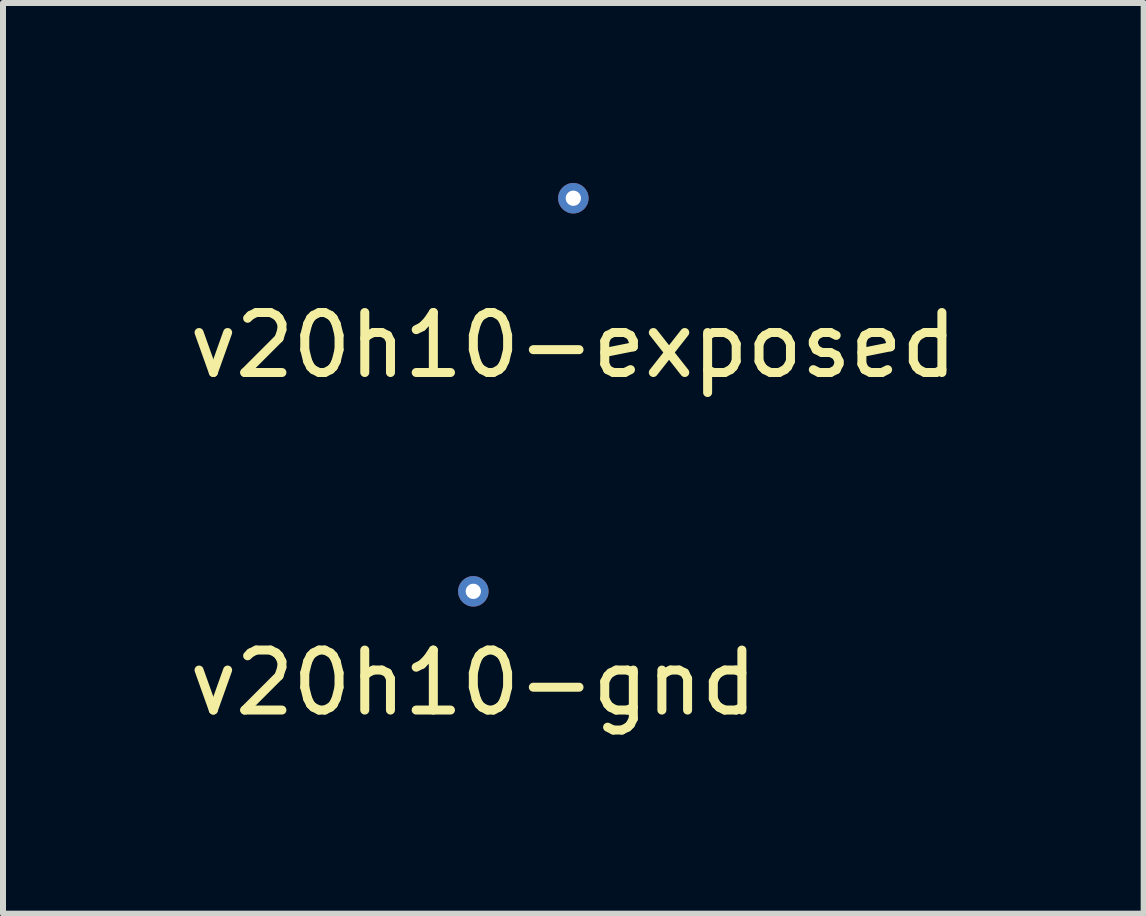
<source format=kicad_pcb>
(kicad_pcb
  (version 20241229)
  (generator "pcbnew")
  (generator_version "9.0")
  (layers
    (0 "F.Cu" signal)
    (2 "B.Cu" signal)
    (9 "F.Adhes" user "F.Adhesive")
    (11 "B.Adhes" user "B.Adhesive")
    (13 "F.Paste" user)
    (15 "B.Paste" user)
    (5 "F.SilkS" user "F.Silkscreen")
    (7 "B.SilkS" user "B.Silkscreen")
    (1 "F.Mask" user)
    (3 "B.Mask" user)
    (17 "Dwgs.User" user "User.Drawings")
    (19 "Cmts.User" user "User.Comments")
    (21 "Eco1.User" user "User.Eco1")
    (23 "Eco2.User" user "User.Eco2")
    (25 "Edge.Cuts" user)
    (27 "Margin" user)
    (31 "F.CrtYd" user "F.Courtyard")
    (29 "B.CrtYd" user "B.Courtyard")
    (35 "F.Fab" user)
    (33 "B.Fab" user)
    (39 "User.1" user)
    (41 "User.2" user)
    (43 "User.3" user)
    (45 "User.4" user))
  (footprint "v20h10-gnd"
    (layer "F.Cu")
    (at 4.839 6.806)
    (property "Reference" "v20h10-gnd" (at 0 1.524 0) (layer "F.SilkS") (effects (font (size 1 1) (thickness 0.15))))
    (attr through_hole)
    (pad "1" thru_hole circle (at 0 0) (size 0.508 0.508) (drill 0.254) (layers "*.Cu")))
  (footprint "v20h10-exposed"
    (layer "F.Cu")
    (at 6.506 0.254)
    (property "Reference" "v20h10-exposed" (at 0 2.45 0) (layer "F.SilkS") (effects (font (size 1 1) (thickness 0.15))))
    (attr through_hole)
    (pad "1" thru_hole circle (at 0 0) (size 0.508 0.508) (drill 0.254) (layers "*.Cu" "*.Mask")))
  (gr_rect
    (start -3 -3)
    (end 16.012 12.178)
    (stroke (width 0.1) (type default))
    (fill no)
    (layer "Edge.Cuts")))
</source>
